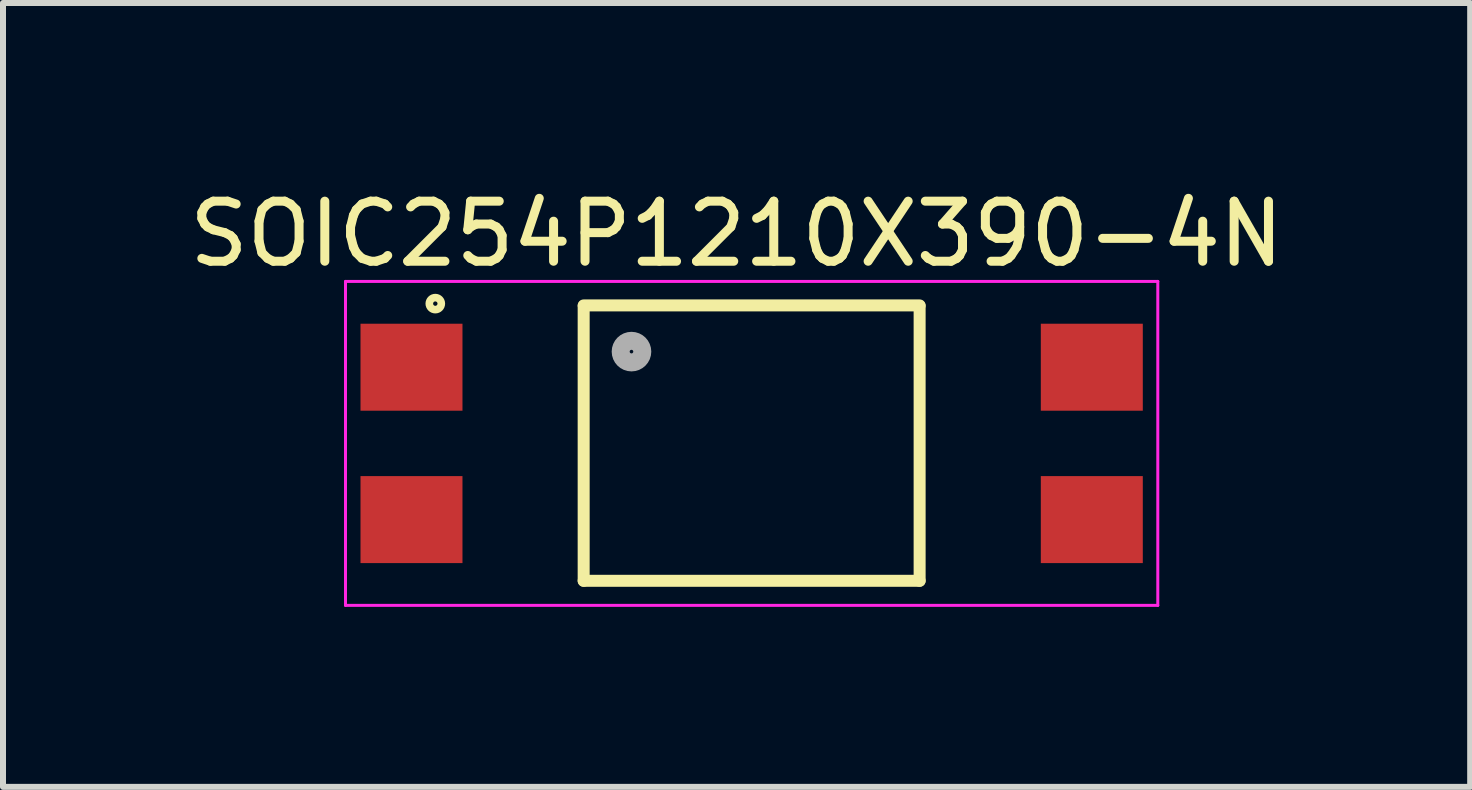
<source format=kicad_pcb>
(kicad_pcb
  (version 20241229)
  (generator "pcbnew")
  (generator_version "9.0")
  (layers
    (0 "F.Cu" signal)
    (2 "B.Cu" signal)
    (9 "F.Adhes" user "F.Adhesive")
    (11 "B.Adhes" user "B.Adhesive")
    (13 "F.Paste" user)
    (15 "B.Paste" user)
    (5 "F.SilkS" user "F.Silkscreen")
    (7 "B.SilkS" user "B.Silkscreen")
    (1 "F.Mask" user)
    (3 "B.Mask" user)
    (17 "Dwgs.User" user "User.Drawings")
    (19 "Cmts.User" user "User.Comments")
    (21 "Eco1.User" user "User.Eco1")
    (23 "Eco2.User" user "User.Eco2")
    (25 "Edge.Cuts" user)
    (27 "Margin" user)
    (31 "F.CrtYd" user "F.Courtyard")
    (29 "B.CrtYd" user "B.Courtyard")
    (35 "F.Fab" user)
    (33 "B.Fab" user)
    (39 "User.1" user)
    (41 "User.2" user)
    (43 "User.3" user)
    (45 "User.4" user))
  (footprint "SOIC254P1210X390-4N"
    (layer "F.Cu")
    (at 9.479 4.341)
    (property "Reference" "SOIC254P1210X390-4N" (at -0.251 -3.492 0) (layer "F.SilkS") (effects (font (size 1.001 1.001) (thickness 0.15))))
    (attr smd)
    (fp_line (start -2.8 -2.3) (end 2.8 -2.3) (stroke (width 0.2) (type solid)) (layer "F.SilkS"))
    (fp_line (start -2.8 2.29) (end -2.8 -2.29) (stroke (width 0.2) (type solid)) (layer "F.SilkS"))
    (fp_line (start 2.8 -2.29) (end 2.8 2.29) (stroke (width 0.2) (type solid)) (layer "F.SilkS"))
    (fp_line (start 2.8 2.29) (end -2.8 2.29) (stroke (width 0.2) (type solid)) (layer "F.SilkS"))
    (fp_circle (center -5.273 -2.33) (end -5.173 -2.33) (stroke (width 0.127) (type solid)) (fill no) (layer "F.SilkS"))
    (fp_line (start -6.77 -2.7) (end 6.77 -2.7) (stroke (width 0.05) (type solid)) (layer "F.CrtYd"))
    (fp_line (start -6.77 2.7) (end -6.77 -2.7) (stroke (width 0.05) (type solid)) (layer "F.CrtYd"))
    (fp_line (start 6.77 -2.7) (end 6.77 2.7) (stroke (width 0.05) (type solid)) (layer "F.CrtYd"))
    (fp_line (start 6.77 2.7) (end -6.77 2.7) (stroke (width 0.05) (type solid)) (layer "F.CrtYd"))
    (fp_circle (center -2.003 -1.53) (end -1.823 -1.53) (stroke (width 0.3) (type solid)) (fill no) (layer "F.Fab"))
    (pad "1" smd rect (at -5.67 -1.27) (size 1.7 1.45) (layers "F.Cu" "F.Mask" "F.Paste"))
    (pad "2" smd rect (at -5.67 1.27) (size 1.7 1.45) (layers "F.Cu" "F.Mask" "F.Paste"))
    (pad "3" smd rect (at 5.67 1.27) (size 1.7 1.45) (layers "F.Cu" "F.Mask" "F.Paste"))
    (pad "4" smd rect (at 5.67 -1.27) (size 1.7 1.45) (layers "F.Cu" "F.Mask" "F.Paste")))
  (gr_rect
    (start -3 -3)
    (end 21.456 10.066)
    (stroke (width 0.1) (type default))
    (fill no)
    (layer "Edge.Cuts")))
</source>
